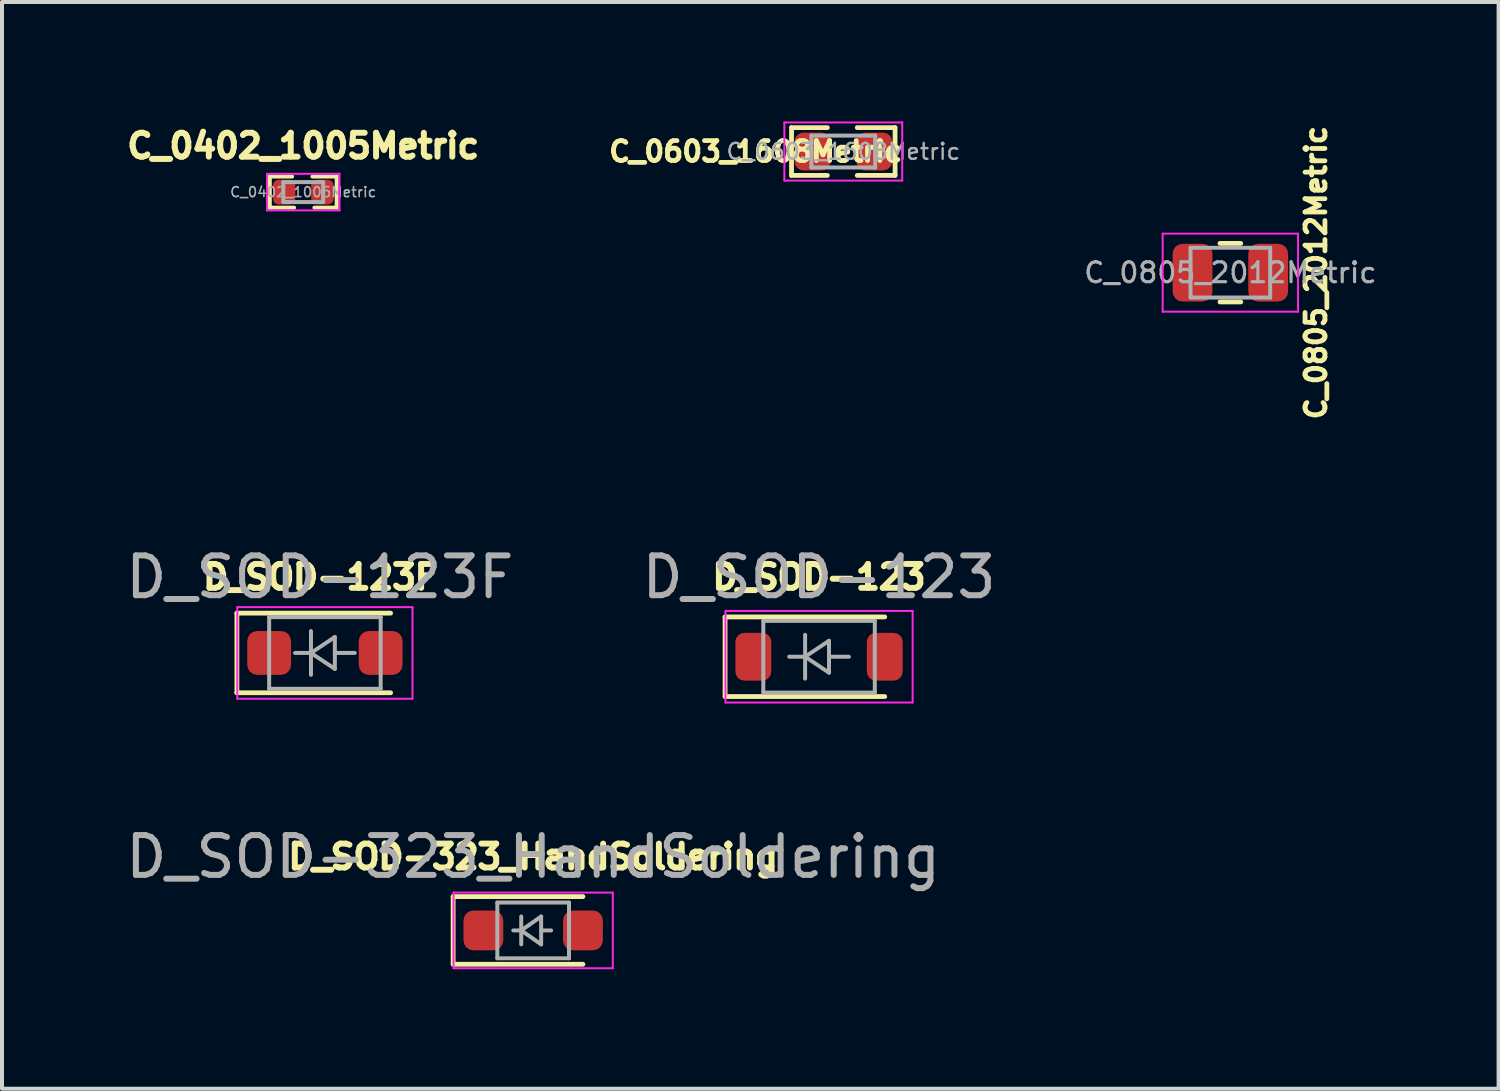
<source format=kicad_pcb>
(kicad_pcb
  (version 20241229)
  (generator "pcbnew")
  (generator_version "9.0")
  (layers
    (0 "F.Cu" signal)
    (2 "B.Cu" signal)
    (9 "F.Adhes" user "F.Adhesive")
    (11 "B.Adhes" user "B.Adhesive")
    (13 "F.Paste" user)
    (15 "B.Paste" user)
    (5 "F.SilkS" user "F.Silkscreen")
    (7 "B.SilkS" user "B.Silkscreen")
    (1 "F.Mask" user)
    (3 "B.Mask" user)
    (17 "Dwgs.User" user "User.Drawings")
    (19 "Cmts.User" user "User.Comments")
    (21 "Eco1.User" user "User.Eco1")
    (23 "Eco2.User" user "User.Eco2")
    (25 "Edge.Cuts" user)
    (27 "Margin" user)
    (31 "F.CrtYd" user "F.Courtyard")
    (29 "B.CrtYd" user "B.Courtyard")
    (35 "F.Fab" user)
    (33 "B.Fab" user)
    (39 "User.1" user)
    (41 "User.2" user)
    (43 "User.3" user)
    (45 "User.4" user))
  (footprint "C_0402_1005Metric"
    (layer "F.Cu")
    (at 4.565 1.774)
    (property "Reference" "C_0402_1005Metric" (at 0 -1.16 0) (layer "F.SilkS") (effects (font (size 0.6 0.6) (thickness 0.15))))
    (attr smd)
    (fp_line (start -0.84 -0.39) (end -0.84 0.39) (stroke (width 0.1) (type default)) (layer "F.SilkS"))
    (fp_line (start -0.84 0.39) (end -0.23 0.39) (stroke (width 0.1) (type default)) (layer "F.SilkS"))
    (fp_line (start -0.28 -0.39) (end -0.84 -0.39) (stroke (width 0.1) (type default)) (layer "F.SilkS"))
    (fp_line (start 0.28 0.39) (end 0.84 0.39) (stroke (width 0.1) (type default)) (layer "F.SilkS"))
    (fp_line (start 0.84 -0.39) (end 0.23 -0.39) (stroke (width 0.1) (type default)) (layer "F.SilkS"))
    (fp_line (start 0.84 0.39) (end 0.84 -0.39) (stroke (width 0.1) (type default)) (layer "F.SilkS"))
    (fp_line (start -0.91 -0.46) (end 0.91 -0.46) (stroke (width 0.05) (type solid)) (layer "F.CrtYd"))
    (fp_line (start -0.91 0.46) (end -0.91 -0.46) (stroke (width 0.05) (type solid)) (layer "F.CrtYd"))
    (fp_line (start 0.91 -0.46) (end 0.91 0.46) (stroke (width 0.05) (type solid)) (layer "F.CrtYd"))
    (fp_line (start 0.91 0.46) (end -0.91 0.46) (stroke (width 0.05) (type solid)) (layer "F.CrtYd"))
    (fp_line (start -0.5 -0.25) (end 0.5 -0.25) (stroke (width 0.1) (type solid)) (layer "F.Fab"))
    (fp_line (start -0.5 0.25) (end -0.5 -0.25) (stroke (width 0.1) (type solid)) (layer "F.Fab"))
    (fp_line (start 0.5 -0.25) (end 0.5 0.25) (stroke (width 0.1) (type solid)) (layer "F.Fab"))
    (fp_line (start 0.5 0.25) (end -0.5 0.25) (stroke (width 0.1) (type solid)) (layer "F.Fab"))
    (fp_text user "${REFERENCE}" (at 0 0 0) (layer "F.Fab") (effects (font (size 0.25 0.25) (thickness 0.04))))
    (pad "1" smd roundrect (at -0.48 0) (size 0.56 0.62) (layers "F.Cu" "F.Mask" "F.Paste") (roundrect_rratio 0.25))
    (pad "2" smd roundrect (at 0.48 0) (size 0.56 0.62) (layers "F.Cu" "F.Mask" "F.Paste") (roundrect_rratio 0.25)))
  (footprint "C_0603_1608Metric"
    (layer "F.Cu")
    (at 18.127 0.755)
    (property "Reference" "C_0603_1608Metric" (at -2.2 0 0) (layer "F.SilkS") (effects (font (size 0.5 0.5) (thickness 0.12))))
    (attr smd)
    (fp_line (start -1.3 -0.6) (end -1.3 0.6) (stroke (width 0.12) (type default)) (layer "F.SilkS"))
    (fp_line (start -1.3 0.6) (end -0.4 0.6) (stroke (width 0.12) (type default)) (layer "F.SilkS"))
    (fp_line (start -0.4 -0.6) (end -1.3 -0.6) (stroke (width 0.12) (type default)) (layer "F.SilkS"))
    (fp_line (start 0.35 0.6) (end 1.3 0.6) (stroke (width 0.12) (type default)) (layer "F.SilkS"))
    (fp_line (start 1.3 -0.6) (end 0.35 -0.6) (stroke (width 0.12) (type default)) (layer "F.SilkS"))
    (fp_line (start 1.3 0.6) (end 1.3 -0.6) (stroke (width 0.12) (type default)) (layer "F.SilkS"))
    (fp_line (start -1.48 -0.73) (end 1.48 -0.73) (stroke (width 0.05) (type solid)) (layer "F.CrtYd"))
    (fp_line (start -1.48 0.73) (end -1.48 -0.73) (stroke (width 0.05) (type solid)) (layer "F.CrtYd"))
    (fp_line (start 1.48 -0.73) (end 1.48 0.73) (stroke (width 0.05) (type solid)) (layer "F.CrtYd"))
    (fp_line (start 1.48 0.73) (end -1.48 0.73) (stroke (width 0.05) (type solid)) (layer "F.CrtYd"))
    (fp_line (start -0.8 -0.4) (end 0.8 -0.4) (stroke (width 0.1) (type solid)) (layer "F.Fab"))
    (fp_line (start -0.8 0.4) (end -0.8 -0.4) (stroke (width 0.1) (type solid)) (layer "F.Fab"))
    (fp_line (start 0.8 -0.4) (end 0.8 0.4) (stroke (width 0.1) (type solid)) (layer "F.Fab"))
    (fp_line (start 0.8 0.4) (end -0.8 0.4) (stroke (width 0.1) (type solid)) (layer "F.Fab"))
    (fp_text user "${REFERENCE}" (at 0 0 0) (layer "F.Fab") (effects (font (size 0.4 0.4) (thickness 0.06))))
    (pad "1" smd roundrect (at -0.775 0) (size 0.9 0.95) (layers "F.Cu" "F.Mask" "F.Paste") (roundrect_rratio 0.25))
    (pad "2" smd roundrect (at 0.775 0) (size 0.9 0.95) (layers "F.Cu" "F.Mask" "F.Paste") (roundrect_rratio 0.25)))
  (footprint "D_SOD-123"
    (layer "F.Cu")
    (at 17.518 13.442)
    (property "Reference" "D_SOD-123" (at 0 -2 0) (layer "F.SilkS") (effects (font (size 0.6 0.6) (thickness 0.15))))
    (attr smd)
    (fp_line (start -2.36 -1) (end -2.36 1) (stroke (width 0.12) (type solid)) (layer "F.SilkS"))
    (fp_line (start -2.36 -1) (end 1.65 -1) (stroke (width 0.12) (type solid)) (layer "F.SilkS"))
    (fp_line (start -2.36 1) (end 1.65 1) (stroke (width 0.12) (type solid)) (layer "F.SilkS"))
    (fp_line (start -2.35 -1.15) (end -2.35 1.15) (stroke (width 0.05) (type solid)) (layer "F.CrtYd"))
    (fp_line (start -2.35 -1.15) (end 2.35 -1.15) (stroke (width 0.05) (type solid)) (layer "F.CrtYd"))
    (fp_line (start 2.35 -1.15) (end 2.35 1.15) (stroke (width 0.05) (type solid)) (layer "F.CrtYd"))
    (fp_line (start 2.35 1.15) (end -2.35 1.15) (stroke (width 0.05) (type solid)) (layer "F.CrtYd"))
    (fp_line (start -1.4 -0.9) (end 1.4 -0.9) (stroke (width 0.1) (type solid)) (layer "F.Fab"))
    (fp_line (start -1.4 0.9) (end -1.4 -0.9) (stroke (width 0.1) (type solid)) (layer "F.Fab"))
    (fp_line (start -0.75 0) (end -0.35 0) (stroke (width 0.1) (type solid)) (layer "F.Fab"))
    (fp_line (start -0.35 0) (end -0.35 -0.55) (stroke (width 0.1) (type solid)) (layer "F.Fab"))
    (fp_line (start -0.35 0) (end -0.35 0.55) (stroke (width 0.1) (type solid)) (layer "F.Fab"))
    (fp_line (start -0.35 0) (end 0.25 -0.4) (stroke (width 0.1) (type solid)) (layer "F.Fab"))
    (fp_line (start 0.25 -0.4) (end 0.25 0.4) (stroke (width 0.1) (type solid)) (layer "F.Fab"))
    (fp_line (start 0.25 0) (end 0.75 0) (stroke (width 0.1) (type solid)) (layer "F.Fab"))
    (fp_line (start 0.25 0.4) (end -0.35 0) (stroke (width 0.1) (type solid)) (layer "F.Fab"))
    (fp_line (start 1.4 -0.9) (end 1.4 0.9) (stroke (width 0.1) (type solid)) (layer "F.Fab"))
    (fp_line (start 1.4 0.9) (end -1.4 0.9) (stroke (width 0.1) (type solid)) (layer "F.Fab"))
    (fp_text user "${REFERENCE}" (at 0 -2 0) (layer "F.Fab") (effects (font (size 1 1) (thickness 0.15))))
    (pad "1" smd roundrect (at -1.65 0) (size 0.9 1.2) (layers "F.Cu" "F.Mask" "F.Paste") (roundrect_rratio 0.25))
    (pad "2" smd roundrect (at 1.65 0) (size 0.9 1.2) (layers "F.Cu" "F.Mask" "F.Paste") (roundrect_rratio 0.25)))
  (footprint "D_SOD-123F"
    (layer "F.Cu")
    (at 5.109 13.347)
    (property "Reference" "D_SOD-123F" (at -0.127 -1.905 0) (layer "F.SilkS") (effects (font (size 0.6 0.6) (thickness 0.15))))
    (attr smd)
    (fp_line (start -2.21 -1) (end -2.21 1) (stroke (width 0.12) (type solid)) (layer "F.SilkS"))
    (fp_line (start -2.21 -1) (end 1.65 -1) (stroke (width 0.12) (type solid)) (layer "F.SilkS"))
    (fp_line (start -2.21 1) (end 1.65 1) (stroke (width 0.12) (type solid)) (layer "F.SilkS"))
    (fp_line (start -2.2 -1.15) (end -2.2 1.15) (stroke (width 0.05) (type solid)) (layer "F.CrtYd"))
    (fp_line (start -2.2 -1.15) (end 2.2 -1.15) (stroke (width 0.05) (type solid)) (layer "F.CrtYd"))
    (fp_line (start 2.2 -1.15) (end 2.2 1.15) (stroke (width 0.05) (type solid)) (layer "F.CrtYd"))
    (fp_line (start 2.2 1.15) (end -2.2 1.15) (stroke (width 0.05) (type solid)) (layer "F.CrtYd"))
    (fp_line (start -1.4 -0.9) (end 1.4 -0.9) (stroke (width 0.1) (type solid)) (layer "F.Fab"))
    (fp_line (start -1.4 0.9) (end -1.4 -0.9) (stroke (width 0.1) (type solid)) (layer "F.Fab"))
    (fp_line (start -0.75 0) (end -0.35 0) (stroke (width 0.1) (type solid)) (layer "F.Fab"))
    (fp_line (start -0.35 0) (end -0.35 -0.55) (stroke (width 0.1) (type solid)) (layer "F.Fab"))
    (fp_line (start -0.35 0) (end -0.35 0.55) (stroke (width 0.1) (type solid)) (layer "F.Fab"))
    (fp_line (start -0.35 0) (end 0.25 -0.4) (stroke (width 0.1) (type solid)) (layer "F.Fab"))
    (fp_line (start 0.25 -0.4) (end 0.25 0.4) (stroke (width 0.1) (type solid)) (layer "F.Fab"))
    (fp_line (start 0.25 0) (end 0.75 0) (stroke (width 0.1) (type solid)) (layer "F.Fab"))
    (fp_line (start 0.25 0.4) (end -0.35 0) (stroke (width 0.1) (type solid)) (layer "F.Fab"))
    (fp_line (start 1.4 -0.9) (end 1.4 0.9) (stroke (width 0.1) (type solid)) (layer "F.Fab"))
    (fp_line (start 1.4 0.9) (end -1.4 0.9) (stroke (width 0.1) (type solid)) (layer "F.Fab"))
    (fp_text user "${REFERENCE}" (at -0.127 -1.905 0) (layer "F.Fab") (effects (font (size 1 1) (thickness 0.15))))
    (pad "1" smd roundrect (at -1.4 0) (size 1.1 1.1) (layers "F.Cu" "F.Mask" "F.Paste") (roundrect_rratio 0.227))
    (pad "2" smd roundrect (at 1.4 0) (size 1.1 1.1) (layers "F.Cu" "F.Mask" "F.Paste") (roundrect_rratio 0.227)))
  (footprint "C_0805_2012Metric"
    (layer "F.Cu")
    (at 27.847 3.797)
    (property "Reference" "C_0805_2012Metric" (at 2.15 0 270) (layer "F.SilkS") (effects (font (size 0.5 0.5) (thickness 0.12))))
    (attr smd)
    (fp_line (start -0.261 -0.735) (end 0.261 -0.735) (stroke (width 0.12) (type solid)) (layer "F.SilkS"))
    (fp_line (start -0.261 0.735) (end 0.261 0.735) (stroke (width 0.12) (type solid)) (layer "F.SilkS"))
    (fp_line (start -1.7 -0.98) (end 1.7 -0.98) (stroke (width 0.05) (type solid)) (layer "F.CrtYd"))
    (fp_line (start -1.7 0.98) (end -1.7 -0.98) (stroke (width 0.05) (type solid)) (layer "F.CrtYd"))
    (fp_line (start 1.7 -0.98) (end 1.7 0.98) (stroke (width 0.05) (type solid)) (layer "F.CrtYd"))
    (fp_line (start 1.7 0.98) (end -1.7 0.98) (stroke (width 0.05) (type solid)) (layer "F.CrtYd"))
    (fp_line (start -1 -0.625) (end 1 -0.625) (stroke (width 0.1) (type solid)) (layer "F.Fab"))
    (fp_line (start -1 0.625) (end -1 -0.625) (stroke (width 0.1) (type solid)) (layer "F.Fab"))
    (fp_line (start 1 -0.625) (end 1 0.625) (stroke (width 0.1) (type solid)) (layer "F.Fab"))
    (fp_line (start 1 0.625) (end -1 0.625) (stroke (width 0.1) (type solid)) (layer "F.Fab"))
    (fp_text user "${REFERENCE}" (at 0 0 180) (layer "F.Fab") (effects (font (size 0.5 0.5) (thickness 0.08))))
    (pad "1" smd roundrect (at -0.95 0) (size 1 1.45) (layers "F.Cu" "F.Mask" "F.Paste") (roundrect_rratio 0.25))
    (pad "2" smd roundrect (at 0.95 0) (size 1 1.45) (layers "F.Cu" "F.Mask" "F.Paste") (roundrect_rratio 0.25)))
  (footprint "D_SOD-323_HandSoldering"
    (layer "F.Cu")
    (at 10.339 20.315)
    (property "Reference" "D_SOD-323_HandSoldering" (at 0 -1.85 0) (layer "F.SilkS") (effects (font (size 0.6 0.6) (thickness 0.15))))
    (attr smd)
    (fp_line (start -2.01 -0.85) (end -2.01 0.85) (stroke (width 0.12) (type solid)) (layer "F.SilkS"))
    (fp_line (start -2.01 -0.85) (end 1.25 -0.85) (stroke (width 0.12) (type solid)) (layer "F.SilkS"))
    (fp_line (start -2.01 0.85) (end 1.25 0.85) (stroke (width 0.12) (type solid)) (layer "F.SilkS"))
    (fp_line (start -2 -0.95) (end -2 0.95) (stroke (width 0.05) (type solid)) (layer "F.CrtYd"))
    (fp_line (start -2 -0.95) (end 2 -0.95) (stroke (width 0.05) (type solid)) (layer "F.CrtYd"))
    (fp_line (start -2 0.95) (end 2 0.95) (stroke (width 0.05) (type solid)) (layer "F.CrtYd"))
    (fp_line (start 2 -0.95) (end 2 0.95) (stroke (width 0.05) (type solid)) (layer "F.CrtYd"))
    (fp_line (start -0.9 -0.7) (end 0.9 -0.7) (stroke (width 0.1) (type solid)) (layer "F.Fab"))
    (fp_line (start -0.9 0.7) (end -0.9 -0.7) (stroke (width 0.1) (type solid)) (layer "F.Fab"))
    (fp_line (start -0.3 -0.35) (end -0.3 0.35) (stroke (width 0.1) (type solid)) (layer "F.Fab"))
    (fp_line (start -0.3 0) (end -0.5 0) (stroke (width 0.1) (type solid)) (layer "F.Fab"))
    (fp_line (start -0.3 0) (end 0.2 -0.35) (stroke (width 0.1) (type solid)) (layer "F.Fab"))
    (fp_line (start 0.2 -0.35) (end 0.2 0.35) (stroke (width 0.1) (type solid)) (layer "F.Fab"))
    (fp_line (start 0.2 0) (end 0.45 0) (stroke (width 0.1) (type solid)) (layer "F.Fab"))
    (fp_line (start 0.2 0.35) (end -0.3 0) (stroke (width 0.1) (type solid)) (layer "F.Fab"))
    (fp_line (start 0.9 -0.7) (end 0.9 0.7) (stroke (width 0.1) (type solid)) (layer "F.Fab"))
    (fp_line (start 0.9 0.7) (end -0.9 0.7) (stroke (width 0.1) (type solid)) (layer "F.Fab"))
    (fp_text user "${REFERENCE}" (at 0 -1.85 0) (layer "F.Fab") (effects (font (size 1 1) (thickness 0.15))))
    (pad "1" smd roundrect (at -1.25 0) (size 1 1) (layers "F.Cu" "F.Mask" "F.Paste") (roundrect_rratio 0.25))
    (pad "2" smd roundrect (at 1.25 0) (size 1 1) (layers "F.Cu" "F.Mask" "F.Paste") (roundrect_rratio 0.25)))
  (gr_rect
    (start -3 -3)
    (end 34.583 24.29)
    (stroke (width 0.1) (type default))
    (fill no)
    (layer "Edge.Cuts")))
</source>
